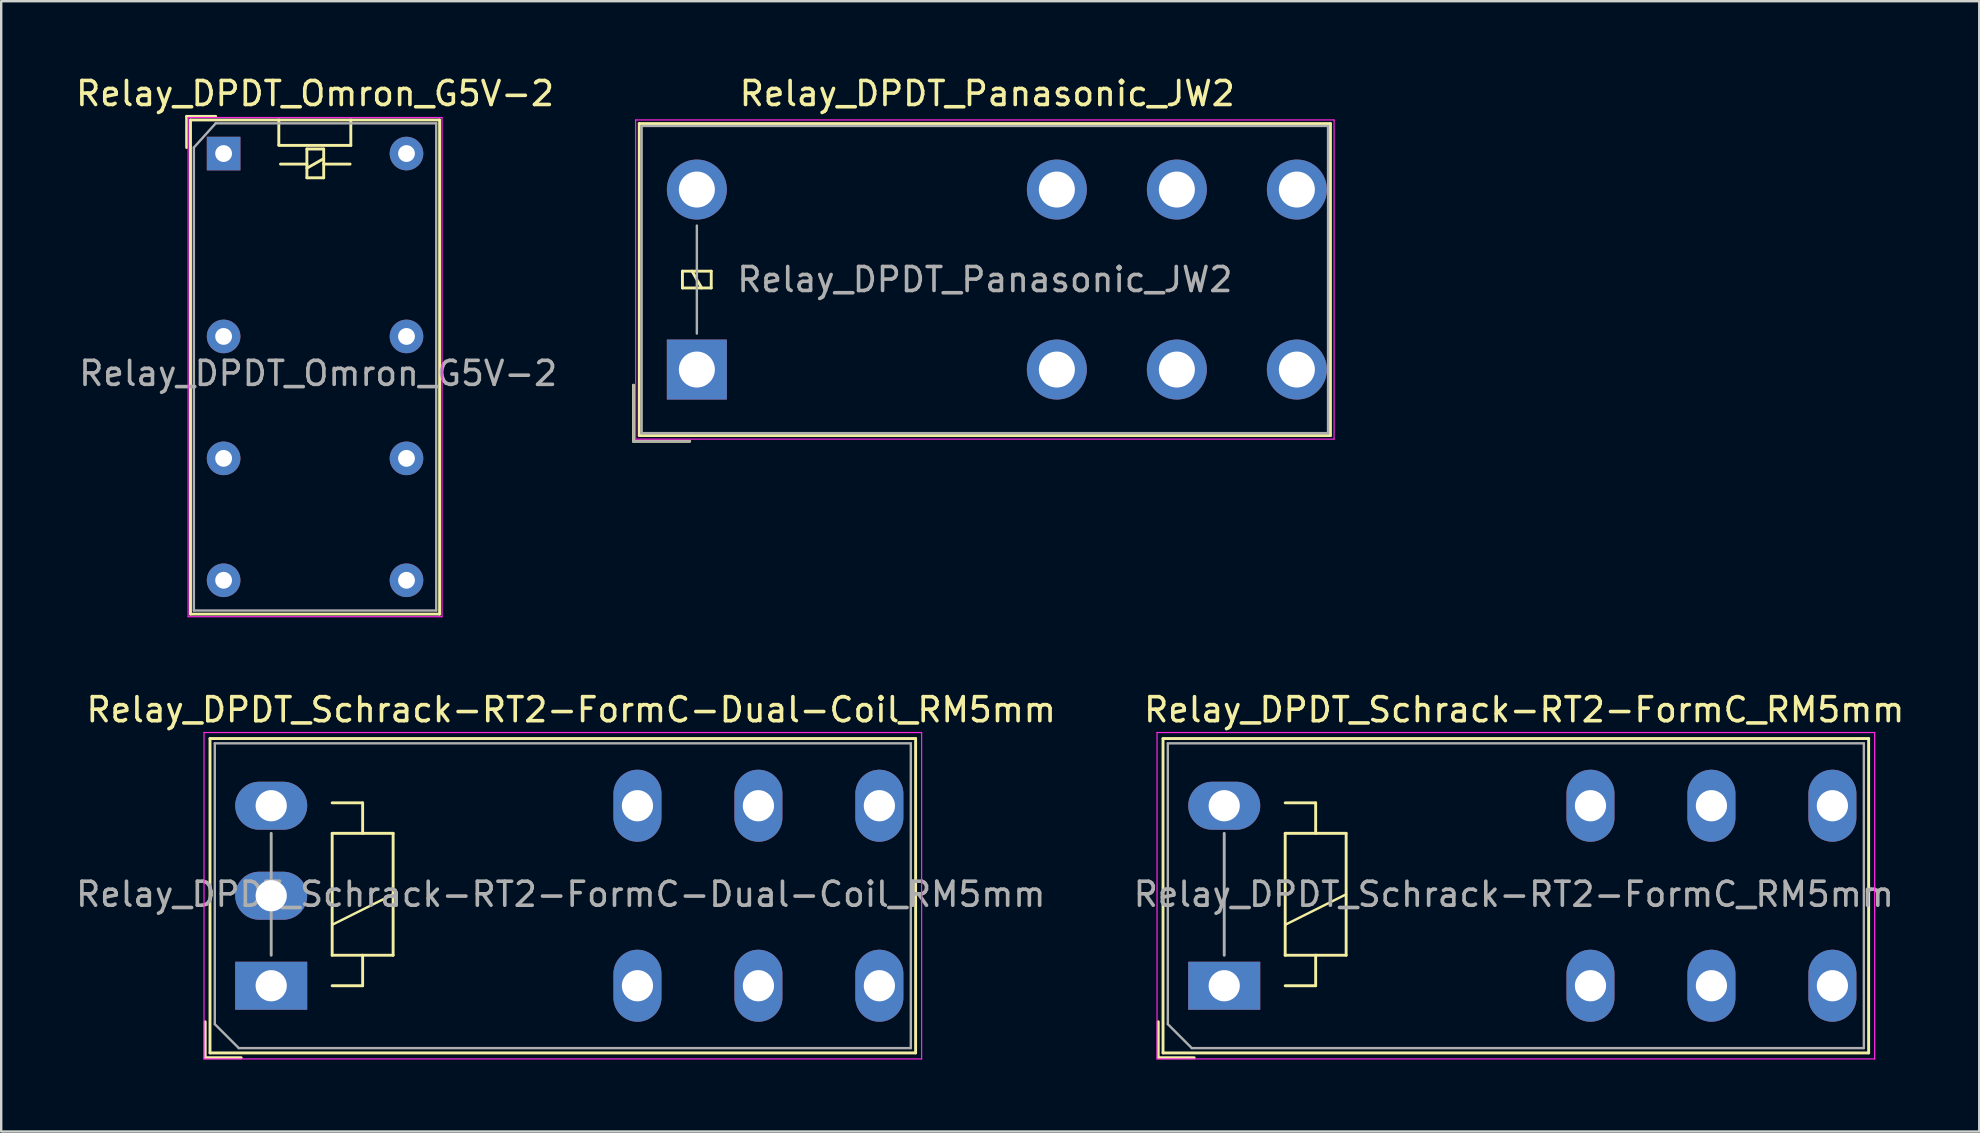
<source format=kicad_pcb>
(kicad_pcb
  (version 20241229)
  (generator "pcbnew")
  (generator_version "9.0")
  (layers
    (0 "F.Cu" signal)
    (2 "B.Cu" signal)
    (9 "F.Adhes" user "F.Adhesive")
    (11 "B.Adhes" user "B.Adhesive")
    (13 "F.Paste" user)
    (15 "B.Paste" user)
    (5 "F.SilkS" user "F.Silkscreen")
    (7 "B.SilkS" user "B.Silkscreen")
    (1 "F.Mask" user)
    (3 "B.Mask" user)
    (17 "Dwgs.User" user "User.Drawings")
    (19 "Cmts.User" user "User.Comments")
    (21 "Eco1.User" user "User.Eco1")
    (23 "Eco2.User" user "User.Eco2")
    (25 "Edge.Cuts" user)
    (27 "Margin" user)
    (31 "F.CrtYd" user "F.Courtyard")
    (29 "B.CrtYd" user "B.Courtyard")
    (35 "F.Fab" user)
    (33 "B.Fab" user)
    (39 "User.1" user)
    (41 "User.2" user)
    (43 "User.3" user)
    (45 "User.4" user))
  (footprint "Relay_DPDT_Schrack-RT2-FormC-Dual-Coil_RM5mm"
    (layer "F.Cu")
    (at 8.25 38.022)
    (property "Reference" "Relay_DPDT_Schrack-RT2-FormC-Dual-Coil_RM5mm" (at 12.5 -11.5 0) (layer "F.SilkS") (effects (font (size 1 1) (thickness 0.15))))
    (attr through_hole)
    (fp_line (start -2.75 1.5) (end -2.75 3) (stroke (width 0.12) (type solid)) (layer "F.SilkS"))
    (fp_line (start -2.75 3) (end -1.25 3) (stroke (width 0.12) (type solid)) (layer "F.SilkS"))
    (fp_line (start -2.55 -10.3) (end -2.55 2.8) (stroke (width 0.12) (type solid)) (layer "F.SilkS"))
    (fp_line (start -2.55 2.8) (end 26.85 2.8) (stroke (width 0.12) (type solid)) (layer "F.SilkS"))
    (fp_line (start 2.54 -6.35) (end 2.54 -1.27) (stroke (width 0.12) (type solid)) (layer "F.SilkS"))
    (fp_line (start 2.54 -2.54) (end 5.08 -3.81) (stroke (width 0.1) (type solid)) (layer "F.SilkS"))
    (fp_line (start 2.54 -1.27) (end 3.81 -1.27) (stroke (width 0.12) (type solid)) (layer "F.SilkS"))
    (fp_line (start 2.54 0) (end 3.81 0) (stroke (width 0.12) (type solid)) (layer "F.SilkS"))
    (fp_line (start 3.81 -7.62) (end 2.54 -7.62) (stroke (width 0.12) (type solid)) (layer "F.SilkS"))
    (fp_line (start 3.81 -6.35) (end 3.81 -7.62) (stroke (width 0.12) (type solid)) (layer "F.SilkS"))
    (fp_line (start 3.81 -1.27) (end 5.08 -1.27) (stroke (width 0.12) (type solid)) (layer "F.SilkS"))
    (fp_line (start 3.81 0) (end 3.81 -1.27) (stroke (width 0.12) (type solid)) (layer "F.SilkS"))
    (fp_line (start 5.08 -6.35) (end 2.54 -6.35) (stroke (width 0.12) (type solid)) (layer "F.SilkS"))
    (fp_line (start 5.08 -1.27) (end 5.08 -6.35) (stroke (width 0.12) (type solid)) (layer "F.SilkS"))
    (fp_line (start 26.85 -10.3) (end -2.55 -10.3) (stroke (width 0.12) (type solid)) (layer "F.SilkS"))
    (fp_line (start 26.85 2.8) (end 26.85 -10.3) (stroke (width 0.12) (type solid)) (layer "F.SilkS"))
    (fp_line (start -2.8 -10.55) (end -2.8 3.05) (stroke (width 0.05) (type solid)) (layer "F.CrtYd"))
    (fp_line (start -2.8 3.05) (end 27.1 3.05) (stroke (width 0.05) (type solid)) (layer "F.CrtYd"))
    (fp_line (start 27.1 -10.55) (end -2.8 -10.55) (stroke (width 0.05) (type solid)) (layer "F.CrtYd"))
    (fp_line (start 27.1 3.05) (end 27.1 -10.55) (stroke (width 0.05) (type solid)) (layer "F.CrtYd"))
    (fp_line (start -2.35 -10.1) (end -2.35 1.6) (stroke (width 0.1) (type solid)) (layer "F.Fab"))
    (fp_line (start -2.35 1.6) (end -1.35 2.6) (stroke (width 0.1) (type solid)) (layer "F.Fab"))
    (fp_line (start -1.35 2.6) (end 26.65 2.6) (stroke (width 0.1) (type solid)) (layer "F.Fab"))
    (fp_line (start 0 -1.27) (end 0 -6.35) (stroke (width 0.12) (type solid)) (layer "F.Fab"))
    (fp_line (start 26.65 -10.1) (end -2.35 -10.1) (stroke (width 0.1) (type solid)) (layer "F.Fab"))
    (fp_line (start 26.65 2.6) (end 26.65 -10.1) (stroke (width 0.1) (type solid)) (layer "F.Fab"))
    (fp_text user "${REFERENCE}" (at 12.065 -3.81 180) (layer "F.Fab") (effects (font (size 1 1) (thickness 0.15))))
    (pad "11" thru_hole oval (at 20.3 0 180) (size 2 3) (drill 1.3) (layers "*.Cu" "*.Mask"))
    (pad "12" thru_hole oval (at 15.26 0 180) (size 2 3) (drill 1.3) (layers "*.Cu" "*.Mask"))
    (pad "14" thru_hole oval (at 25.34 0 180) (size 2 3) (drill 1.3) (layers "*.Cu" "*.Mask"))
    (pad "21" thru_hole oval (at 20.3 -7.5 180) (size 2 3) (drill 1.3) (layers "*.Cu" "*.Mask"))
    (pad "22" thru_hole oval (at 15.26 -7.5 180) (size 2 3) (drill 1.3) (layers "*.Cu" "*.Mask"))
    (pad "24" thru_hole oval (at 25.34 -7.5 180) (size 2 3) (drill 1.3) (layers "*.Cu" "*.Mask"))
    (pad "A1" thru_hole rect (at 0 0 180) (size 3 2) (drill 1.3) (layers "*.Cu" "*.Mask"))
    (pad "A2" thru_hole oval (at 0 -7.5 180) (size 3 2) (drill 1.3) (layers "*.Cu" "*.Mask"))
    (pad "A3" thru_hole oval (at 0 -3.75 180) (size 3 2) (drill 1.3) (layers "*.Cu" "*.Mask")))
  (footprint "Relay_DPDT_Omron_G5V-2"
    (layer "F.Cu")
    (at 6.267 3.348)
    (property "Reference" "Relay_DPDT_Omron_G5V-2" (at 3.81 -2.5 0) (layer "F.SilkS") (effects (font (size 1 1) (thickness 0.15))))
    (attr through_hole)
    (fp_line (start -1.54 -1.55) (end -0.33 -1.55) (stroke (width 0.12) (type solid)) (layer "F.SilkS"))
    (fp_line (start -1.54 -0.25) (end -1.54 -1.55) (stroke (width 0.12) (type solid)) (layer "F.SilkS"))
    (fp_line (start -1.38 -1.4) (end -1.38 19.19) (stroke (width 0.12) (type solid)) (layer "F.SilkS"))
    (fp_line (start -1.38 19.19) (end 9 19.19) (stroke (width 0.12) (type solid)) (layer "F.SilkS"))
    (fp_line (start 2.3 -1.4) (end 2.3 -0.36) (stroke (width 0.12) (type solid)) (layer "F.SilkS"))
    (fp_line (start 2.3 -0.34) (end 5.3 -0.34) (stroke (width 0.12) (type solid)) (layer "F.SilkS"))
    (fp_line (start 3.47 -0.19) (end 3.47 1.01) (stroke (width 0.12) (type solid)) (layer "F.SilkS"))
    (fp_line (start 3.47 0.44) (end 2.37 0.44) (stroke (width 0.12) (type solid)) (layer "F.SilkS"))
    (fp_line (start 3.47 0.61) (end 4.17 0.21) (stroke (width 0.12) (type solid)) (layer "F.SilkS"))
    (fp_line (start 3.47 1.01) (end 4.17 1.01) (stroke (width 0.12) (type solid)) (layer "F.SilkS"))
    (fp_line (start 4.17 -0.19) (end 3.47 -0.19) (stroke (width 0.12) (type solid)) (layer "F.SilkS"))
    (fp_line (start 4.17 0.44) (end 5.27 0.44) (stroke (width 0.12) (type solid)) (layer "F.SilkS"))
    (fp_line (start 4.17 1.01) (end 4.17 -0.19) (stroke (width 0.12) (type solid)) (layer "F.SilkS"))
    (fp_line (start 5.3 -0.34) (end 5.3 -1.4) (stroke (width 0.12) (type solid)) (layer "F.SilkS"))
    (fp_line (start 9 -1.4) (end -1.38 -1.4) (stroke (width 0.12) (type solid)) (layer "F.SilkS"))
    (fp_line (start 9 19.19) (end 9 -1.4) (stroke (width 0.12) (type solid)) (layer "F.SilkS"))
    (fp_line (start -1.48 -1.5) (end -1.48 19.3) (stroke (width 0.05) (type solid)) (layer "F.CrtYd"))
    (fp_line (start -1.48 -1.5) (end 9.1 -1.5) (stroke (width 0.05) (type solid)) (layer "F.CrtYd"))
    (fp_line (start 9.1 -1.5) (end 9.1 19.3) (stroke (width 0.05) (type solid)) (layer "F.CrtYd"))
    (fp_line (start 9.1 19.3) (end -1.48 19.3) (stroke (width 0.05) (type solid)) (layer "F.CrtYd"))
    (fp_line (start -1.24 -0.25) (end -1.24 19.04) (stroke (width 0.1) (type solid)) (layer "F.Fab"))
    (fp_line (start -1.24 -0.25) (end -0.33 -1.26) (stroke (width 0.1) (type solid)) (layer "F.Fab"))
    (fp_line (start -1.24 19.04) (end 8.86 19.04) (stroke (width 0.1) (type solid)) (layer "F.Fab"))
    (fp_line (start 8.86 -1.26) (end -0.33 -1.26) (stroke (width 0.1) (type solid)) (layer "F.Fab"))
    (fp_line (start 8.86 19.04) (end 8.86 -1.26) (stroke (width 0.1) (type solid)) (layer "F.Fab"))
    (fp_text user "${REFERENCE}" (at 3.94 9.16 0) (layer "F.Fab") (effects (font (size 1 1) (thickness 0.15))))
    (pad "1" thru_hole rect (at 0 0) (size 1.4 1.4) (drill 0.7) (layers "*.Cu" "*.Mask"))
    (pad "4" thru_hole circle (at 0 7.62) (size 1.4 1.4) (drill 0.7) (layers "*.Cu" "*.Mask"))
    (pad "6" thru_hole circle (at 0 12.7) (size 1.4 1.4) (drill 0.7) (layers "*.Cu" "*.Mask"))
    (pad "8" thru_hole circle (at 0 17.78) (size 1.4 1.4) (drill 0.7) (layers "*.Cu" "*.Mask"))
    (pad "9" thru_hole circle (at 7.62 17.78) (size 1.4 1.4) (drill 0.7) (layers "*.Cu" "*.Mask"))
    (pad "11" thru_hole circle (at 7.62 12.7) (size 1.4 1.4) (drill 0.7) (layers "*.Cu" "*.Mask"))
    (pad "13" thru_hole circle (at 7.62 7.62) (size 1.4 1.4) (drill 0.7) (layers "*.Cu" "*.Mask"))
    (pad "16" thru_hole circle (at 7.62 0) (size 1.4 1.4) (drill 0.7) (layers "*.Cu" "*.Mask")))
  (footprint "Relay_DPDT_Panasonic_JW2"
    (layer "F.Cu")
    (at 25.985 12.348)
    (property "Reference" "Relay_DPDT_Panasonic_JW2" (at 12.1 -11.5 180) (layer "F.SilkS") (effects (font (size 1 1) (thickness 0.15))))
    (attr through_hole)
    (fp_line (start -2.64 2.99) (end -2.64 0.65) (stroke (width 0.12) (type solid)) (layer "F.SilkS"))
    (fp_line (start -2.4 -10.25) (end -2.4 2.75) (stroke (width 0.12) (type solid)) (layer "F.SilkS"))
    (fp_line (start -2.4 2.75) (end 26.4 2.75) (stroke (width 0.12) (type solid)) (layer "F.SilkS"))
    (fp_line (start -0.6 -4.1) (end -0.6 -3.4) (stroke (width 0.12) (type solid)) (layer "F.SilkS"))
    (fp_line (start -0.6 -3.4) (end 0.6 -3.4) (stroke (width 0.12) (type solid)) (layer "F.SilkS"))
    (fp_line (start -0.3 2.99) (end -2.64 2.99) (stroke (width 0.12) (type solid)) (layer "F.SilkS"))
    (fp_line (start 0.2 -3.4) (end -0.2 -4.1) (stroke (width 0.12) (type solid)) (layer "F.SilkS"))
    (fp_line (start 0.6 -4.1) (end -0.6 -4.1) (stroke (width 0.12) (type solid)) (layer "F.SilkS"))
    (fp_line (start 0.6 -3.4) (end 0.6 -4.1) (stroke (width 0.12) (type solid)) (layer "F.SilkS"))
    (fp_line (start 26.4 -10.25) (end -2.4 -10.25) (stroke (width 0.12) (type solid)) (layer "F.SilkS"))
    (fp_line (start 26.4 2.75) (end 26.4 -10.25) (stroke (width 0.12) (type solid)) (layer "F.SilkS"))
    (fp_line (start -2.55 -10.4) (end -2.55 2.9) (stroke (width 0.05) (type solid)) (layer "F.CrtYd"))
    (fp_line (start -2.55 2.9) (end 26.55 2.9) (stroke (width 0.05) (type solid)) (layer "F.CrtYd"))
    (fp_line (start 26.55 -10.4) (end -2.55 -10.4) (stroke (width 0.05) (type solid)) (layer "F.CrtYd"))
    (fp_line (start 26.55 2.9) (end 26.55 -10.4) (stroke (width 0.05) (type solid)) (layer "F.CrtYd"))
    (fp_line (start -2.64 2.99) (end -2.64 0.65) (stroke (width 0.1) (type solid)) (layer "F.Fab"))
    (fp_line (start -2.3 -10.15) (end -2.3 2.65) (stroke (width 0.1) (type solid)) (layer "F.Fab"))
    (fp_line (start -2.3 2.65) (end 26.3 2.65) (stroke (width 0.1) (type solid)) (layer "F.Fab"))
    (fp_line (start -0.3 2.99) (end -2.64 2.99) (stroke (width 0.1) (type solid)) (layer "F.Fab"))
    (fp_line (start 0 -1.5) (end 0 -6) (stroke (width 0.1) (type solid)) (layer "F.Fab"))
    (fp_line (start 26.3 -10.15) (end -2.3 -10.15) (stroke (width 0.1) (type solid)) (layer "F.Fab"))
    (fp_line (start 26.3 2.65) (end 26.3 -10.15) (stroke (width 0.1) (type solid)) (layer "F.Fab"))
    (fp_text user "${REFERENCE}" (at 12 -3.75 180) (layer "F.Fab") (effects (font (size 1 1) (thickness 0.15))))
    (pad "1" thru_hole rect (at 0 0 90) (size 2.5 2.5) (drill 1.5) (layers "*.Cu" "*.Mask"))
    (pad "2" thru_hole oval (at 15 0 90) (size 2.5 2.5) (drill 1.5) (layers "*.Cu" "*.Mask"))
    (pad "3" thru_hole oval (at 20 0 90) (size 2.5 2.5) (drill 1.5) (layers "*.Cu" "*.Mask"))
    (pad "4" thru_hole oval (at 25 0 90) (size 2.5 2.5) (drill 1.5) (layers "*.Cu" "*.Mask"))
    (pad "5" thru_hole oval (at 25 -7.5 90) (size 2.5 2.5) (drill 1.5) (layers "*.Cu" "*.Mask"))
    (pad "6" thru_hole oval (at 20 -7.5 90) (size 2.5 2.5) (drill 1.5) (layers "*.Cu" "*.Mask"))
    (pad "7" thru_hole oval (at 15 -7.5 90) (size 2.5 2.5) (drill 1.5) (layers "*.Cu" "*.Mask"))
    (pad "8" thru_hole oval (at 0 -7.5 90) (size 2.5 2.5) (drill 1.5) (layers "*.Cu" "*.Mask")))
  (footprint "Relay_DPDT_Schrack-RT2-FormC_RM5mm"
    (layer "F.Cu")
    (at 47.959 38.022)
    (property "Reference" "Relay_DPDT_Schrack-RT2-FormC_RM5mm" (at 12.5 -11.5 0) (layer "F.SilkS") (effects (font (size 1 1) (thickness 0.15))))
    (attr through_hole)
    (fp_line (start -2.75 1.5) (end -2.75 3) (stroke (width 0.12) (type solid)) (layer "F.SilkS"))
    (fp_line (start -2.75 3) (end -1.25 3) (stroke (width 0.12) (type solid)) (layer "F.SilkS"))
    (fp_line (start -2.55 -10.3) (end -2.55 2.8) (stroke (width 0.12) (type solid)) (layer "F.SilkS"))
    (fp_line (start -2.55 2.8) (end 26.85 2.8) (stroke (width 0.12) (type solid)) (layer "F.SilkS"))
    (fp_line (start 2.54 -6.35) (end 2.54 -1.27) (stroke (width 0.12) (type solid)) (layer "F.SilkS"))
    (fp_line (start 2.54 -2.54) (end 5.08 -3.81) (stroke (width 0.1) (type solid)) (layer "F.SilkS"))
    (fp_line (start 2.54 -1.27) (end 3.81 -1.27) (stroke (width 0.12) (type solid)) (layer "F.SilkS"))
    (fp_line (start 2.54 0) (end 3.81 0) (stroke (width 0.12) (type solid)) (layer "F.SilkS"))
    (fp_line (start 3.81 -7.62) (end 2.54 -7.62) (stroke (width 0.12) (type solid)) (layer "F.SilkS"))
    (fp_line (start 3.81 -6.35) (end 3.81 -7.62) (stroke (width 0.12) (type solid)) (layer "F.SilkS"))
    (fp_line (start 3.81 -1.27) (end 5.08 -1.27) (stroke (width 0.12) (type solid)) (layer "F.SilkS"))
    (fp_line (start 3.81 0) (end 3.81 -1.27) (stroke (width 0.12) (type solid)) (layer "F.SilkS"))
    (fp_line (start 5.08 -6.35) (end 2.54 -6.35) (stroke (width 0.12) (type solid)) (layer "F.SilkS"))
    (fp_line (start 5.08 -1.27) (end 5.08 -6.35) (stroke (width 0.12) (type solid)) (layer "F.SilkS"))
    (fp_line (start 26.85 -10.3) (end -2.55 -10.3) (stroke (width 0.12) (type solid)) (layer "F.SilkS"))
    (fp_line (start 26.85 2.8) (end 26.85 -10.3) (stroke (width 0.12) (type solid)) (layer "F.SilkS"))
    (fp_line (start -2.8 -10.55) (end -2.8 3.05) (stroke (width 0.05) (type solid)) (layer "F.CrtYd"))
    (fp_line (start -2.8 3.05) (end 27.1 3.05) (stroke (width 0.05) (type solid)) (layer "F.CrtYd"))
    (fp_line (start 27.1 -10.55) (end -2.8 -10.55) (stroke (width 0.05) (type solid)) (layer "F.CrtYd"))
    (fp_line (start 27.1 3.05) (end 27.1 -10.55) (stroke (width 0.05) (type solid)) (layer "F.CrtYd"))
    (fp_line (start -2.35 -10.1) (end -2.35 1.6) (stroke (width 0.1) (type solid)) (layer "F.Fab"))
    (fp_line (start -2.35 1.6) (end -1.35 2.6) (stroke (width 0.1) (type solid)) (layer "F.Fab"))
    (fp_line (start -1.35 2.6) (end 26.65 2.6) (stroke (width 0.1) (type solid)) (layer "F.Fab"))
    (fp_line (start 0 -1.27) (end 0 -6.35) (stroke (width 0.12) (type solid)) (layer "F.Fab"))
    (fp_line (start 26.65 -10.1) (end -2.35 -10.1) (stroke (width 0.1) (type solid)) (layer "F.Fab"))
    (fp_line (start 26.65 2.6) (end 26.65 -10.1) (stroke (width 0.1) (type solid)) (layer "F.Fab"))
    (fp_text user "${REFERENCE}" (at 12.065 -3.81 180) (layer "F.Fab") (effects (font (size 1 1) (thickness 0.15))))
    (pad "11" thru_hole oval (at 20.3 0 180) (size 2 3) (drill 1.3) (layers "*.Cu" "*.Mask"))
    (pad "12" thru_hole oval (at 15.26 0 180) (size 2 3) (drill 1.3) (layers "*.Cu" "*.Mask"))
    (pad "14" thru_hole oval (at 25.34 0 180) (size 2 3) (drill 1.3) (layers "*.Cu" "*.Mask"))
    (pad "21" thru_hole oval (at 20.3 -7.5 180) (size 2 3) (drill 1.3) (layers "*.Cu" "*.Mask"))
    (pad "22" thru_hole oval (at 15.26 -7.5 180) (size 2 3) (drill 1.3) (layers "*.Cu" "*.Mask"))
    (pad "24" thru_hole oval (at 25.34 -7.5 180) (size 2 3) (drill 1.3) (layers "*.Cu" "*.Mask"))
    (pad "A1" thru_hole rect (at 0 0 180) (size 3 2) (drill 1.3) (layers "*.Cu" "*.Mask"))
    (pad "A2" thru_hole oval (at 0 -7.5 180) (size 3 2) (drill 1.3) (layers "*.Cu" "*.Mask")))
  (gr_rect
    (start -3 -3)
    (end 79.418 44.096)
    (stroke (width 0.1) (type default))
    (fill no)
    (layer "Edge.Cuts")))
</source>
